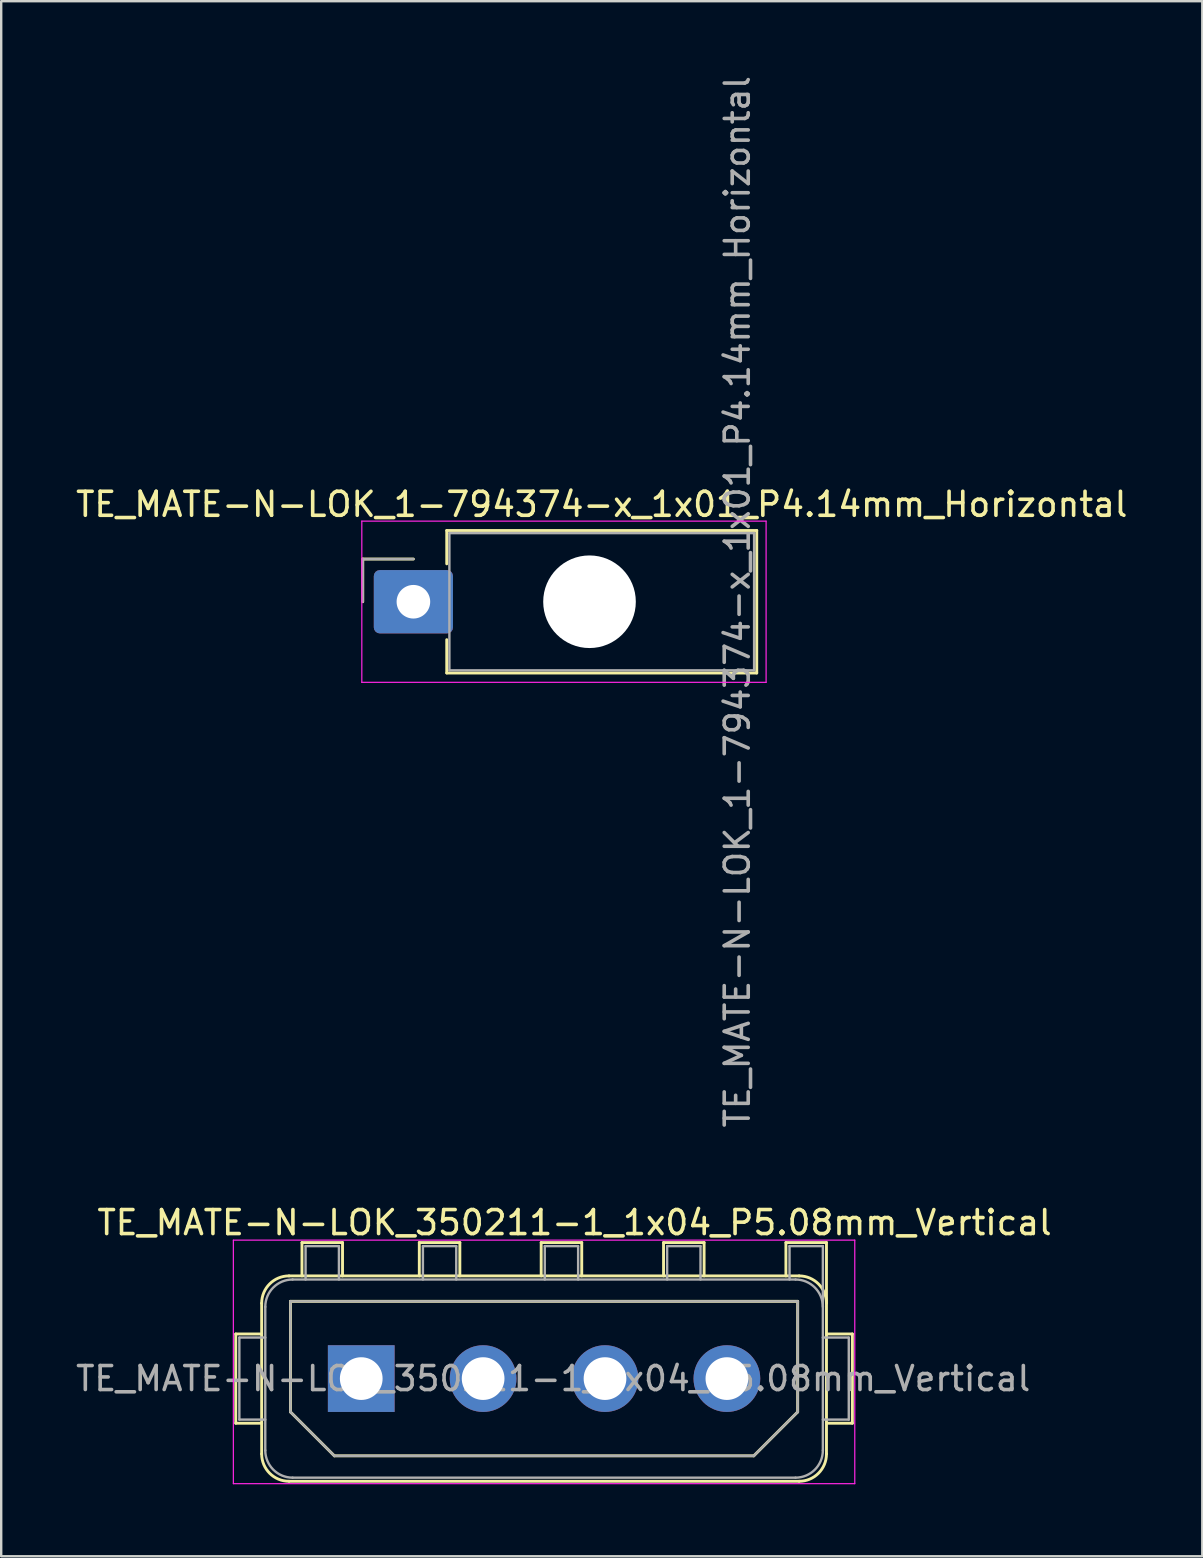
<source format=kicad_pcb>
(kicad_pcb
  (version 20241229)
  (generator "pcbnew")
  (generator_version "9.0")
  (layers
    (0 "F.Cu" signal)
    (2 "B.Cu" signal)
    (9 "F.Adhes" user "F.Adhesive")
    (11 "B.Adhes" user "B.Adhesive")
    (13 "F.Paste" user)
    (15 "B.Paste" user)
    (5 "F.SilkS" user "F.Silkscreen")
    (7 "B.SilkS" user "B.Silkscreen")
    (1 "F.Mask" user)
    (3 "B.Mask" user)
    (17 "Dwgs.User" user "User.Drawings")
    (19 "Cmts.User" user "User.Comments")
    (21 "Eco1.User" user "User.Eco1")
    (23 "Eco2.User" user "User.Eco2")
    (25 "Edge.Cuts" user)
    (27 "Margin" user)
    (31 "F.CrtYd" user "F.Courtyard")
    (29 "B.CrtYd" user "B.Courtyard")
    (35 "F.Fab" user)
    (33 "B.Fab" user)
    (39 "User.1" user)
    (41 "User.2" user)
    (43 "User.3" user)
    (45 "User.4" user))
  (footprint "TE_MATE-N-LOK_350211-1_1x04_P5.08mm_Vertical"
    (layer "F.Cu")
    (at 12.006 54.408)
    (property "Reference" "TE_MATE-N-LOK_350211-1_1x04_P5.08mm_Vertical" (at 8.89 -6.5 0) (layer "F.SilkS") (effects (font (size 1 1) (thickness 0.15))))
    (attr through_hole)
    (fp_line (start -5.23 -1.86) (end -4.15 -1.86) (stroke (width 0.12) (type solid)) (layer "F.SilkS"))
    (fp_line (start -5.23 1.86) (end -5.23 -1.86) (stroke (width 0.12) (type solid)) (layer "F.SilkS"))
    (fp_line (start -4.15 -3.14) (end -4.15 3.14) (stroke (width 0.12) (type solid)) (layer "F.SilkS"))
    (fp_line (start -4.15 1.86) (end -5.23 1.86) (stroke (width 0.12) (type solid)) (layer "F.SilkS"))
    (fp_line (start -3.01 4.28) (end 18.25 4.28) (stroke (width 0.12) (type solid)) (layer "F.SilkS"))
    (fp_line (start -2.95 -3.22) (end 18.19 -3.22) (stroke (width 0.12) (type solid)) (layer "F.SilkS"))
    (fp_line (start -2.95 1.39) (end -2.95 -3.22) (stroke (width 0.12) (type solid)) (layer "F.SilkS"))
    (fp_line (start -2.47 -5.67) (end -0.78 -5.67) (stroke (width 0.12) (type solid)) (layer "F.SilkS"))
    (fp_line (start -2.47 -4.28) (end -2.47 -5.67) (stroke (width 0.12) (type solid)) (layer "F.SilkS"))
    (fp_line (start -1.12 3.22) (end -2.95 1.39) (stroke (width 0.12) (type solid)) (layer "F.SilkS"))
    (fp_line (start -0.78 -5.67) (end -0.78 -4.28) (stroke (width 0.12) (type solid)) (layer "F.SilkS"))
    (fp_line (start 2.42 -5.67) (end 4.11 -5.67) (stroke (width 0.12) (type solid)) (layer "F.SilkS"))
    (fp_line (start 2.42 -4.28) (end 2.42 -5.67) (stroke (width 0.12) (type solid)) (layer "F.SilkS"))
    (fp_line (start 4.11 -5.67) (end 4.11 -4.28) (stroke (width 0.12) (type solid)) (layer "F.SilkS"))
    (fp_line (start 7.5 -5.67) (end 9.19 -5.67) (stroke (width 0.12) (type solid)) (layer "F.SilkS"))
    (fp_line (start 7.5 -4.28) (end 7.5 -5.67) (stroke (width 0.12) (type solid)) (layer "F.SilkS"))
    (fp_line (start 9.19 -5.67) (end 9.19 -4.28) (stroke (width 0.12) (type solid)) (layer "F.SilkS"))
    (fp_line (start 12.6 -5.67) (end 14.29 -5.67) (stroke (width 0.12) (type solid)) (layer "F.SilkS"))
    (fp_line (start 12.6 -4.28) (end 12.6 -5.67) (stroke (width 0.12) (type solid)) (layer "F.SilkS"))
    (fp_line (start 14.29 -5.67) (end 14.29 -4.28) (stroke (width 0.12) (type solid)) (layer "F.SilkS"))
    (fp_line (start 16.36 3.22) (end -1.12 3.22) (stroke (width 0.12) (type solid)) (layer "F.SilkS"))
    (fp_line (start 17.7 -5.67) (end 19.39 -5.67) (stroke (width 0.12) (type solid)) (layer "F.SilkS"))
    (fp_line (start 17.7 -4.28) (end 17.7 -5.67) (stroke (width 0.12) (type solid)) (layer "F.SilkS"))
    (fp_line (start 18.19 -3.22) (end 18.19 1.39) (stroke (width 0.12) (type solid)) (layer "F.SilkS"))
    (fp_line (start 18.19 1.39) (end 16.36 3.22) (stroke (width 0.12) (type solid)) (layer "F.SilkS"))
    (fp_line (start 18.25 -4.28) (end -3.01 -4.28) (stroke (width 0.12) (type solid)) (layer "F.SilkS"))
    (fp_line (start 19.39 1.86) (end 20.47 1.86) (stroke (width 0.12) (type solid)) (layer "F.SilkS"))
    (fp_line (start 19.39 3.14) (end 19.39 -5.67) (stroke (width 0.12) (type solid)) (layer "F.SilkS"))
    (fp_line (start 20.47 -1.86) (end 19.39 -1.86) (stroke (width 0.12) (type solid)) (layer "F.SilkS"))
    (fp_line (start 20.47 1.86) (end 20.47 -1.86) (stroke (width 0.12) (type solid)) (layer "F.SilkS"))
    (fp_arc (start -4.15 -3.14) (mid -3.816102 -3.946102) (end -3.01 -4.28) (stroke (width 0.12) (type solid)) (layer "F.SilkS"))
    (fp_arc (start -3.01 4.28) (mid -3.816102 3.946102) (end -4.15 3.14) (stroke (width 0.12) (type solid)) (layer "F.SilkS"))
    (fp_arc (start 18.25 -4.28) (mid 19.056102 -3.946102) (end 19.39 -3.14) (stroke (width 0.12) (type solid)) (layer "F.SilkS"))
    (fp_arc (start 19.39 3.14) (mid 19.056102 3.946102) (end 18.25 4.28) (stroke (width 0.12) (type solid)) (layer "F.SilkS"))
    (fp_line (start -5.33 -5.77) (end -5.33 4.38) (stroke (width 0.05) (type solid)) (layer "F.CrtYd"))
    (fp_line (start -5.33 4.38) (end 20.57 4.38) (stroke (width 0.05) (type solid)) (layer "F.CrtYd"))
    (fp_line (start 20.57 -5.77) (end -5.33 -5.77) (stroke (width 0.05) (type solid)) (layer "F.CrtYd"))
    (fp_line (start 20.57 4.38) (end 20.57 -5.77) (stroke (width 0.05) (type solid)) (layer "F.CrtYd"))
    (fp_line (start -5.08 -1.71) (end -4 -1.71) (stroke (width 0.1) (type solid)) (layer "F.Fab"))
    (fp_line (start -5.08 1.71) (end -5.08 -1.71) (stroke (width 0.1) (type solid)) (layer "F.Fab"))
    (fp_line (start -4 -2.99) (end -4 2.99) (stroke (width 0.1) (type solid)) (layer "F.Fab"))
    (fp_line (start -4 1.71) (end -5.08 1.71) (stroke (width 0.1) (type solid)) (layer "F.Fab"))
    (fp_line (start -2.95 -3.22) (end 18.19 -3.22) (stroke (width 0.1) (type solid)) (layer "F.Fab"))
    (fp_line (start -2.95 1.39) (end -2.95 -3.22) (stroke (width 0.1) (type solid)) (layer "F.Fab"))
    (fp_line (start -2.86 4.13) (end 18.1 4.13) (stroke (width 0.1) (type solid)) (layer "F.Fab"))
    (fp_line (start -2.32 -5.52) (end -0.93 -5.52) (stroke (width 0.1) (type solid)) (layer "F.Fab"))
    (fp_line (start -2.32 -4.13) (end -2.32 -5.52) (stroke (width 0.1) (type solid)) (layer "F.Fab"))
    (fp_line (start -1.12 3.22) (end -2.95 1.39) (stroke (width 0.1) (type solid)) (layer "F.Fab"))
    (fp_line (start -0.93 -5.52) (end -0.93 -4.13) (stroke (width 0.1) (type solid)) (layer "F.Fab"))
    (fp_line (start 2.57 -5.52) (end 3.96 -5.52) (stroke (width 0.1) (type solid)) (layer "F.Fab"))
    (fp_line (start 2.57 -4.13) (end 2.57 -5.52) (stroke (width 0.1) (type solid)) (layer "F.Fab"))
    (fp_line (start 3.96 -5.52) (end 3.96 -4.13) (stroke (width 0.1) (type solid)) (layer "F.Fab"))
    (fp_line (start 7.65 -5.52) (end 9.04 -5.52) (stroke (width 0.1) (type solid)) (layer "F.Fab"))
    (fp_line (start 7.65 -4.13) (end 7.65 -5.52) (stroke (width 0.1) (type solid)) (layer "F.Fab"))
    (fp_line (start 9.04 -5.52) (end 9.04 -4.13) (stroke (width 0.1) (type solid)) (layer "F.Fab"))
    (fp_line (start 12.75 -5.52) (end 14.14 -5.52) (stroke (width 0.1) (type solid)) (layer "F.Fab"))
    (fp_line (start 12.75 -4.13) (end 12.75 -5.52) (stroke (width 0.1) (type solid)) (layer "F.Fab"))
    (fp_line (start 14.14 -5.52) (end 14.14 -4.13) (stroke (width 0.1) (type solid)) (layer "F.Fab"))
    (fp_line (start 16.36 3.22) (end -1.12 3.22) (stroke (width 0.1) (type solid)) (layer "F.Fab"))
    (fp_line (start 17.85 -5.52) (end 19.24 -5.52) (stroke (width 0.1) (type solid)) (layer "F.Fab"))
    (fp_line (start 17.85 -4.13) (end 17.85 -5.52) (stroke (width 0.1) (type solid)) (layer "F.Fab"))
    (fp_line (start 18.1 -4.13) (end -2.86 -4.13) (stroke (width 0.1) (type solid)) (layer "F.Fab"))
    (fp_line (start 18.19 -3.22) (end 18.19 1.39) (stroke (width 0.1) (type solid)) (layer "F.Fab"))
    (fp_line (start 18.19 1.39) (end 16.36 3.22) (stroke (width 0.1) (type solid)) (layer "F.Fab"))
    (fp_line (start 19.24 1.71) (end 20.32 1.71) (stroke (width 0.1) (type solid)) (layer "F.Fab"))
    (fp_line (start 19.24 2.99) (end 19.24 -5.52) (stroke (width 0.1) (type solid)) (layer "F.Fab"))
    (fp_line (start 20.32 -1.71) (end 19.24 -1.71) (stroke (width 0.1) (type solid)) (layer "F.Fab"))
    (fp_line (start 20.32 1.71) (end 20.32 -1.71) (stroke (width 0.1) (type solid)) (layer "F.Fab"))
    (fp_arc (start -4 -2.99) (mid -3.666102 -3.796102) (end -2.86 -4.13) (stroke (width 0.1) (type solid)) (layer "F.Fab"))
    (fp_arc (start -2.86 4.13) (mid -3.666102 3.796102) (end -4 2.99) (stroke (width 0.1) (type solid)) (layer "F.Fab"))
    (fp_arc (start 18.1 -4.13) (mid 18.906102 -3.796102) (end 19.24 -2.99) (stroke (width 0.1) (type solid)) (layer "F.Fab"))
    (fp_arc (start 19.24 2.99) (mid 18.906102 3.796102) (end 18.1 4.13) (stroke (width 0.1) (type solid)) (layer "F.Fab"))
    (fp_text user "${REFERENCE}" (at 8 0 0) (layer "F.Fab") (effects (font (size 1 1) (thickness 0.15))))
    (pad "1" thru_hole rect (at 0 0) (size 2.78 2.78) (drill 1.78) (layers "*.Cu" "*.Mask"))
    (pad "2" thru_hole circle (at 5.08 0) (size 2.78 2.78) (drill 1.78) (layers "*.Cu" "*.Mask"))
    (pad "3" thru_hole circle (at 10.16 0) (size 2.78 2.78) (drill 1.78) (layers "*.Cu" "*.Mask"))
    (pad "4" thru_hole circle (at 15.24 0) (size 2.78 2.78) (drill 1.78) (layers "*.Cu" "*.Mask")))
  (footprint "TE_MATE-N-LOK_1-794374-x_1x01_P4.14mm_Horizontal"
    (layer "F.Cu")
    (at 14.18 22.03)
    (property "Reference" "TE_MATE-N-LOK_1-794374-x_1x01_P4.14mm_Horizontal" (at 7.85 -4.06 0) (layer "F.SilkS") (effects (font (size 1 1) (thickness 0.15))))
    (attr through_hole)
    (fp_line (start -2.11 -1.78) (end -2.11 0) (stroke (width 0.12) (type solid)) (layer "F.SilkS"))
    (fp_line (start 0 -1.78) (end -2.11 -1.78) (stroke (width 0.12) (type solid)) (layer "F.SilkS"))
    (fp_line (start 1.39 -2.97) (end 14.31 -2.97) (stroke (width 0.12) (type solid)) (layer "F.SilkS"))
    (fp_line (start 1.39 -1.58) (end 1.39 -2.97) (stroke (width 0.12) (type solid)) (layer "F.SilkS"))
    (fp_line (start 1.39 2.97) (end 1.39 1.58) (stroke (width 0.12) (type solid)) (layer "F.SilkS"))
    (fp_line (start 14.31 -2.97) (end 14.31 2.97) (stroke (width 0.12) (type solid)) (layer "F.SilkS"))
    (fp_line (start 14.31 2.97) (end 1.39 2.97) (stroke (width 0.12) (type solid)) (layer "F.SilkS"))
    (fp_line (start -2.15 -3.36) (end -2.15 3.36) (stroke (width 0.05) (type solid)) (layer "F.CrtYd"))
    (fp_line (start -2.15 3.36) (end 14.7 3.36) (stroke (width 0.05) (type solid)) (layer "F.CrtYd"))
    (fp_line (start 14.7 -3.36) (end -2.15 -3.36) (stroke (width 0.05) (type solid)) (layer "F.CrtYd"))
    (fp_line (start 14.7 3.36) (end 14.7 -3.36) (stroke (width 0.05) (type solid)) (layer "F.CrtYd"))
    (fp_line (start -2.11 -1.78) (end -2.11 0) (stroke (width 0.1) (type solid)) (layer "F.Fab"))
    (fp_line (start 0 -1.78) (end -2.11 -1.78) (stroke (width 0.1) (type solid)) (layer "F.Fab"))
    (fp_line (start 1.5 -2.86) (end 1.5 2.86) (stroke (width 0.1) (type solid)) (layer "F.Fab"))
    (fp_line (start 1.5 2.86) (end 14.2 2.86) (stroke (width 0.1) (type solid)) (layer "F.Fab"))
    (fp_line (start 14.2 -2.86) (end 1.5 -2.86) (stroke (width 0.1) (type solid)) (layer "F.Fab"))
    (fp_line (start 14.2 2.86) (end 14.2 -2.86) (stroke (width 0.1) (type solid)) (layer "F.Fab"))
    (fp_text user "${REFERENCE}" (at 13.5 0 90) (layer "F.Fab") (effects (font (size 1 1) (thickness 0.15))))
    (pad "" np_thru_hole circle (at 7.34 0) (size 3.86 3.86) (drill 3.86) (layers "*.Cu" "*.Mask"))
    (pad "1" thru_hole roundrect (at 0 0) (size 3.3 2.64) (drill 1.4) (layers "*.Cu" "*.Mask") (roundrect_rratio 0.095)))
  (gr_rect
    (start -3 -3)
    (end 47.06 61.813)
    (stroke (width 0.1) (type default))
    (fill no)
    (layer "Edge.Cuts")))
</source>
